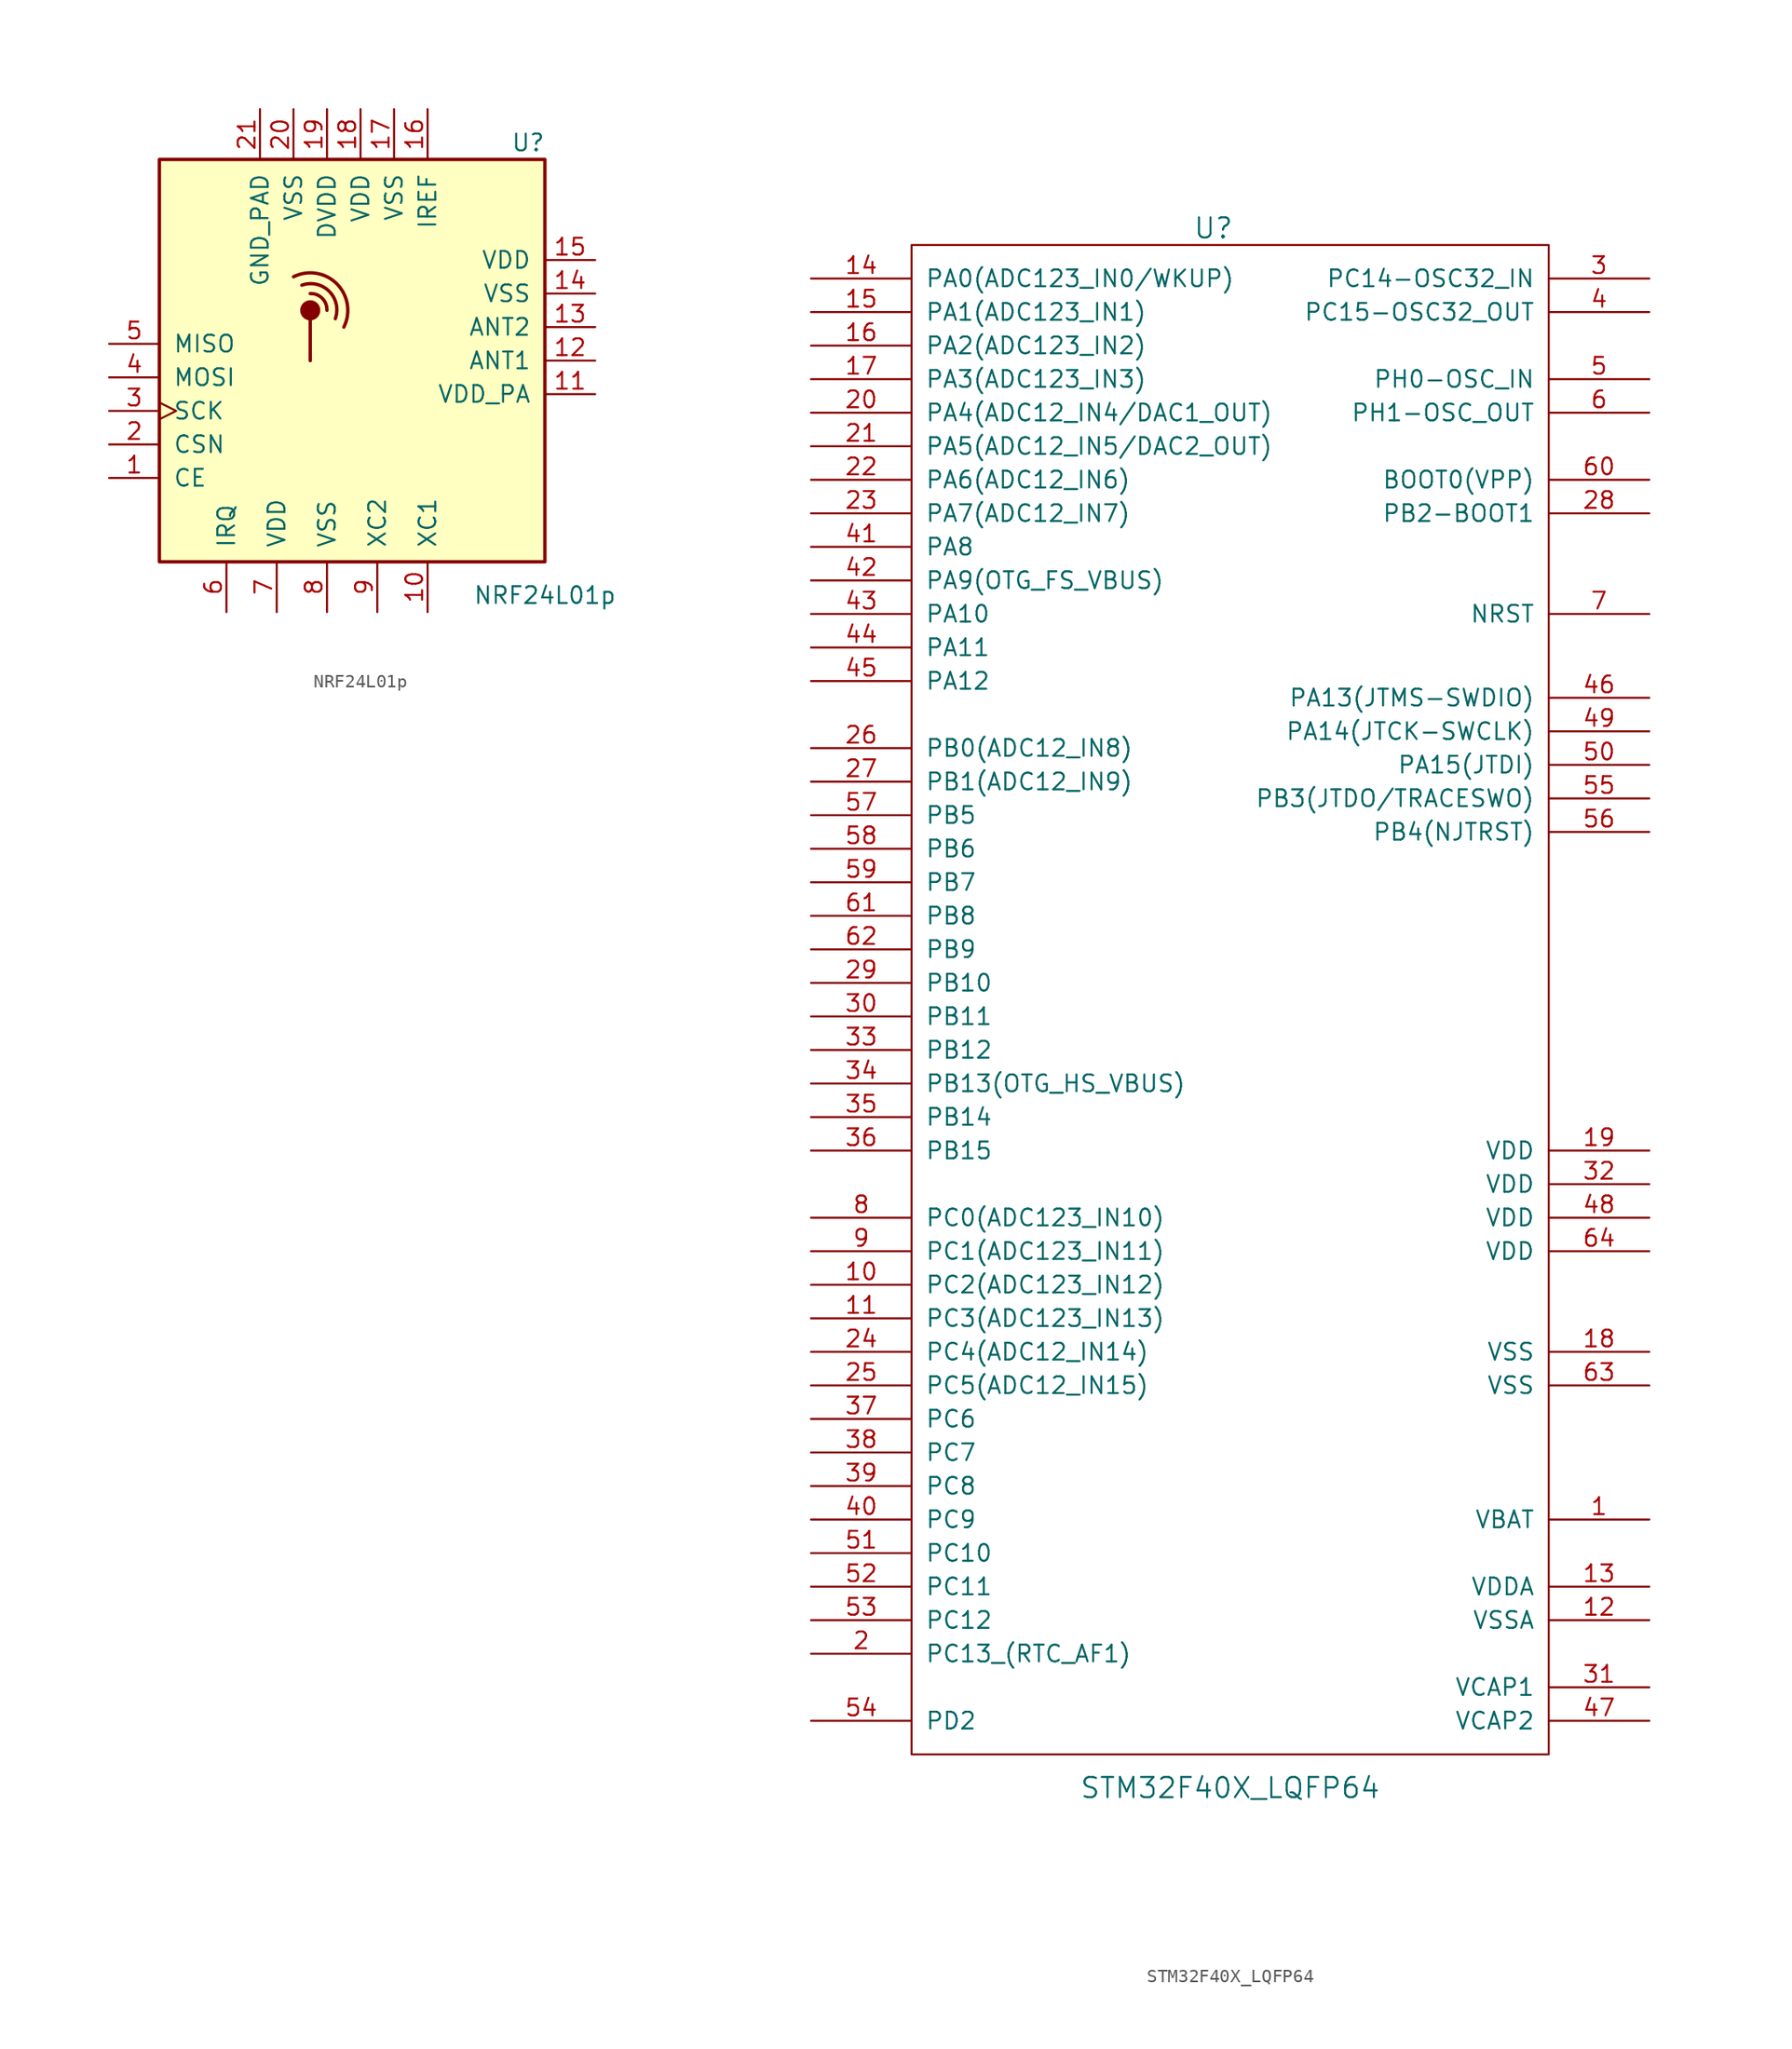
<source format=kicad_sym>
(kicad_symbol_lib
  (version 20231120)
  (generator "kicad_symbol_editor")
  (generator_version "8.0")
  (symbol "NRF24L01p"
    (pin_names
      (offset 1.016))
    (property "Reference" "U"
      (at 15.24 19.05 0)
      (effects (font (size 1.27 1.27))))
    (property "Value" "NRF24L01p"
      (at 16.51 -15.24 0)
      (effects (font (size 1.27 1.27))))
    (symbol "NRF24L01p_1_1"
      (rectangle (start -12.7 17.78) (end 16.51 -12.7) (stroke (width 0.254) (type solid)) (fill (type background)))
      (circle (center -1.27 6.35) (radius 0.635) (stroke (width 0.254) (type solid)) (fill (type outline)))
      (polyline (pts (xy -1.27 5.715) (xy -1.27 2.54)) (stroke (width 0.254) (type solid)) (fill (type none)))
      (arc (start 0 6.35) (mid -0.3629 7.2646) (end -1.27 7.62) (stroke (width 0.254) (type solid)) (fill (type none)))
      (arc (start 0.635 5.715) (mid 0.1613 7.7954) (end -1.905 8.255) (stroke (width 0.254) (type solid)) (fill (type none)))
      (arc (start 1.27 5.08) (mid 0.738 8.358) (end -2.54 8.89) (stroke (width 0.254) (type solid)) (fill (type none)))
      (rectangle (start 10.16 -12.7) (end 10.16 -12.7) (stroke (width 0) (type solid)) (fill (type none)))
      (pin input line (at -16.51 -6.35 0) (length 3.81) (name "CE" (effects (font (size 1.27 1.27)))) (number "1" (effects (font (size 1.27 1.27)))))
      (pin passive line (at 7.62 -16.51 90) (length 3.81) (name "XC1" (effects (font (size 1.27 1.27)))) (number "10" (effects (font (size 1.27 1.27)))))
      (pin power_out line (at 20.32 0 180) (length 3.81) (name "VDD_PA" (effects (font (size 1.27 1.27)))) (number "11" (effects (font (size 1.27 1.27)))))
      (pin passive line (at 20.32 2.54 180) (length 3.81) (name "ANT1" (effects (font (size 1.27 1.27)))) (number "12" (effects (font (size 1.27 1.27)))))
      (pin passive line (at 20.32 5.08 180) (length 3.81) (name "ANT2" (effects (font (size 1.27 1.27)))) (number "13" (effects (font (size 1.27 1.27)))))
      (pin power_in line (at 20.32 7.62 180) (length 3.81) (name "VSS" (effects (font (size 1.27 1.27)))) (number "14" (effects (font (size 1.27 1.27)))))
      (pin power_in line (at 20.32 10.16 180) (length 3.81) (name "VDD" (effects (font (size 1.27 1.27)))) (number "15" (effects (font (size 1.27 1.27)))))
      (pin passive line (at 7.62 21.59 270) (length 3.81) (name "IREF" (effects (font (size 1.27 1.27)))) (number "16" (effects (font (size 1.27 1.27)))))
      (pin power_in line (at 5.08 21.59 270) (length 3.81) (name "VSS" (effects (font (size 1.27 1.27)))) (number "17" (effects (font (size 1.27 1.27)))))
      (pin power_in line (at 2.54 21.59 270) (length 3.81) (name "VDD" (effects (font (size 1.27 1.27)))) (number "18" (effects (font (size 1.27 1.27)))))
      (pin power_out line (at 0 21.59 270) (length 3.81) (name "DVDD" (effects (font (size 1.27 1.27)))) (number "19" (effects (font (size 1.27 1.27)))))
      (pin input line (at -16.51 -3.81 0) (length 3.81) (name "CSN" (effects (font (size 1.27 1.27)))) (number "2" (effects (font (size 1.27 1.27)))))
      (pin power_in line (at -2.54 21.59 270) (length 3.81) (name "VSS" (effects (font (size 1.27 1.27)))) (number "20" (effects (font (size 1.27 1.27)))))
      (pin input line (at -5.08 21.59 270) (length 3.81) (name "GND_PAD" (effects (font (size 1.27 1.27)))) (number "21" (effects (font (size 1.27 1.27)))))
      (pin input clock (at -16.51 -1.27 0) (length 3.81) (name "SCK" (effects (font (size 1.27 1.27)))) (number "3" (effects (font (size 1.27 1.27)))))
      (pin input line (at -16.51 1.27 0) (length 3.81) (name "MOSI" (effects (font (size 1.27 1.27)))) (number "4" (effects (font (size 1.27 1.27)))))
      (pin output line (at -16.51 3.81 0) (length 3.81) (name "MISO" (effects (font (size 1.27 1.27)))) (number "5" (effects (font (size 1.27 1.27)))))
      (pin output line (at -7.62 -16.51 90) (length 3.81) (name "IRQ" (effects (font (size 1.27 1.27)))) (number "6" (effects (font (size 1.27 1.27)))))
      (pin power_in line (at -3.81 -16.51 90) (length 3.81) (name "VDD" (effects (font (size 1.27 1.27)))) (number "7" (effects (font (size 1.27 1.27)))))
      (pin power_in line (at 0 -16.51 90) (length 3.81) (name "VSS" (effects (font (size 1.27 1.27)))) (number "8" (effects (font (size 1.27 1.27)))))
      (pin passive line (at 3.81 -16.51 90) (length 3.81) (name "XC2" (effects (font (size 1.27 1.27)))) (number "9" (effects (font (size 1.27 1.27)))))))
  (symbol "STM32F40X_LQFP64"
    (pin_names
      (offset 1.016))
    (property "Reference" "U"
      (at -1.27 58.42 0)
      (effects (font (size 1.524 1.524))))
    (property "Value" "STM32F40X_LQFP64"
      (at 0 -59.69 0)
      (effects (font (size 1.524 1.524))))
    (property "Footprint" ""
      (at 0 0 0)
      (effects (font (size 1.524 1.524))))
    (property "Datasheet" ""
      (at 0 0 0)
      (effects (font (size 1.524 1.524))))
    (symbol "STM32F40X_LQFP64_0_1"
      (rectangle (start -24.13 57.15) (end 24.13 -57.15) (stroke (width 0) (type solid)) (fill (type none))))
    (symbol "STM32F40X_LQFP64_1_1"
      (pin power_in line (at 31.75 -39.37 180) (length 7.62) (name "VBAT" (effects (font (size 1.27 1.27)))) (number "1" (effects (font (size 1.27 1.27)))))
      (pin bidirectional line (at -31.75 -21.59 0) (length 7.62) (name "PC2(ADC123_IN12)" (effects (font (size 1.27 1.27)))) (number "10" (effects (font (size 1.27 1.27)))))
      (pin bidirectional line (at -31.75 -24.13 0) (length 7.62) (name "PC3(ADC123_IN13)" (effects (font (size 1.27 1.27)))) (number "11" (effects (font (size 1.27 1.27)))))
      (pin power_in line (at 31.75 -46.99 180) (length 7.62) (name "VSSA" (effects (font (size 1.27 1.27)))) (number "12" (effects (font (size 1.27 1.27)))))
      (pin power_in line (at 31.75 -44.45 180) (length 7.62) (name "VDDA" (effects (font (size 1.27 1.27)))) (number "13" (effects (font (size 1.27 1.27)))))
      (pin bidirectional line (at -31.75 54.61 0) (length 7.62) (name "PA0(ADC123_IN0/WKUP)" (effects (font (size 1.27 1.27)))) (number "14" (effects (font (size 1.27 1.27)))))
      (pin bidirectional line (at -31.75 52.07 0) (length 7.62) (name "PA1(ADC123_IN1)" (effects (font (size 1.27 1.27)))) (number "15" (effects (font (size 1.27 1.27)))))
      (pin bidirectional line (at -31.75 49.53 0) (length 7.62) (name "PA2(ADC123_IN2)" (effects (font (size 1.27 1.27)))) (number "16" (effects (font (size 1.27 1.27)))))
      (pin bidirectional line (at -31.75 46.99 0) (length 7.62) (name "PA3(ADC123_IN3)" (effects (font (size 1.27 1.27)))) (number "17" (effects (font (size 1.27 1.27)))))
      (pin power_in line (at 31.75 -26.67 180) (length 7.62) (name "VSS" (effects (font (size 1.27 1.27)))) (number "18" (effects (font (size 1.27 1.27)))))
      (pin power_in line (at 31.75 -11.43 180) (length 7.62) (name "VDD" (effects (font (size 1.27 1.27)))) (number "19" (effects (font (size 1.27 1.27)))))
      (pin bidirectional line (at -31.75 -49.53 0) (length 7.62) (name "PC13_(RTC_AF1)" (effects (font (size 1.27 1.27)))) (number "2" (effects (font (size 1.27 1.27)))))
      (pin bidirectional line (at -31.75 44.45 0) (length 7.62) (name "PA4(ADC12_IN4/DAC1_OUT)" (effects (font (size 1.27 1.27)))) (number "20" (effects (font (size 1.27 1.27)))))
      (pin bidirectional line (at -31.75 41.91 0) (length 7.62) (name "PA5(ADC12_IN5/DAC2_OUT)" (effects (font (size 1.27 1.27)))) (number "21" (effects (font (size 1.27 1.27)))))
      (pin bidirectional line (at -31.75 39.37 0) (length 7.62) (name "PA6(ADC12_IN6)" (effects (font (size 1.27 1.27)))) (number "22" (effects (font (size 1.27 1.27)))))
      (pin bidirectional line (at -31.75 36.83 0) (length 7.62) (name "PA7(ADC12_IN7)" (effects (font (size 1.27 1.27)))) (number "23" (effects (font (size 1.27 1.27)))))
      (pin bidirectional line (at -31.75 -26.67 0) (length 7.62) (name "PC4(ADC12_IN14)" (effects (font (size 1.27 1.27)))) (number "24" (effects (font (size 1.27 1.27)))))
      (pin bidirectional line (at -31.75 -29.21 0) (length 7.62) (name "PC5(ADC12_IN15)" (effects (font (size 1.27 1.27)))) (number "25" (effects (font (size 1.27 1.27)))))
      (pin bidirectional line (at -31.75 19.05 0) (length 7.62) (name "PB0(ADC12_IN8)" (effects (font (size 1.27 1.27)))) (number "26" (effects (font (size 1.27 1.27)))))
      (pin bidirectional line (at -31.75 16.51 0) (length 7.62) (name "PB1(ADC12_IN9)" (effects (font (size 1.27 1.27)))) (number "27" (effects (font (size 1.27 1.27)))))
      (pin bidirectional line (at 31.75 36.83 180) (length 7.62) (name "PB2-BOOT1" (effects (font (size 1.27 1.27)))) (number "28" (effects (font (size 1.27 1.27)))))
      (pin bidirectional line (at -31.75 1.27 0) (length 7.62) (name "PB10" (effects (font (size 1.27 1.27)))) (number "29" (effects (font (size 1.27 1.27)))))
      (pin bidirectional line (at 31.75 54.61 180) (length 7.62) (name "PC14-OSC32_IN" (effects (font (size 1.27 1.27)))) (number "3" (effects (font (size 1.27 1.27)))))
      (pin bidirectional line (at -31.75 -1.27 0) (length 7.62) (name "PB11" (effects (font (size 1.27 1.27)))) (number "30" (effects (font (size 1.27 1.27)))))
      (pin power_out line (at 31.75 -52.07 180) (length 7.62) (name "VCAP1" (effects (font (size 1.27 1.27)))) (number "31" (effects (font (size 1.27 1.27)))))
      (pin power_in line (at 31.75 -13.97 180) (length 7.62) (name "VDD" (effects (font (size 1.27 1.27)))) (number "32" (effects (font (size 1.27 1.27)))))
      (pin bidirectional line (at -31.75 -3.81 0) (length 7.62) (name "PB12" (effects (font (size 1.27 1.27)))) (number "33" (effects (font (size 1.27 1.27)))))
      (pin bidirectional line (at -31.75 -6.35 0) (length 7.62) (name "PB13(OTG_HS_VBUS)" (effects (font (size 1.27 1.27)))) (number "34" (effects (font (size 1.27 1.27)))))
      (pin bidirectional line (at -31.75 -8.89 0) (length 7.62) (name "PB14" (effects (font (size 1.27 1.27)))) (number "35" (effects (font (size 1.27 1.27)))))
      (pin bidirectional line (at -31.75 -11.43 0) (length 7.62) (name "PB15" (effects (font (size 1.27 1.27)))) (number "36" (effects (font (size 1.27 1.27)))))
      (pin bidirectional line (at -31.75 -31.75 0) (length 7.62) (name "PC6" (effects (font (size 1.27 1.27)))) (number "37" (effects (font (size 1.27 1.27)))))
      (pin bidirectional line (at -31.75 -34.29 0) (length 7.62) (name "PC7" (effects (font (size 1.27 1.27)))) (number "38" (effects (font (size 1.27 1.27)))))
      (pin bidirectional line (at -31.75 -36.83 0) (length 7.62) (name "PC8" (effects (font (size 1.27 1.27)))) (number "39" (effects (font (size 1.27 1.27)))))
      (pin power_in line (at 31.75 52.07 180) (length 7.62) (name "PC15-OSC32_OUT" (effects (font (size 1.27 1.27)))) (number "4" (effects (font (size 1.27 1.27)))))
      (pin bidirectional line (at -31.75 -39.37 0) (length 7.62) (name "PC9" (effects (font (size 1.27 1.27)))) (number "40" (effects (font (size 1.27 1.27)))))
      (pin bidirectional line (at -31.75 34.29 0) (length 7.62) (name "PA8" (effects (font (size 1.27 1.27)))) (number "41" (effects (font (size 1.27 1.27)))))
      (pin bidirectional line (at -31.75 31.75 0) (length 7.62) (name "PA9(OTG_FS_VBUS)" (effects (font (size 1.27 1.27)))) (number "42" (effects (font (size 1.27 1.27)))))
      (pin bidirectional line (at -31.75 29.21 0) (length 7.62) (name "PA10" (effects (font (size 1.27 1.27)))) (number "43" (effects (font (size 1.27 1.27)))))
      (pin bidirectional line (at -31.75 26.67 0) (length 7.62) (name "PA11" (effects (font (size 1.27 1.27)))) (number "44" (effects (font (size 1.27 1.27)))))
      (pin bidirectional line (at -31.75 24.13 0) (length 7.62) (name "PA12" (effects (font (size 1.27 1.27)))) (number "45" (effects (font (size 1.27 1.27)))))
      (pin bidirectional line (at 31.75 22.86 180) (length 7.62) (name "PA13(JTMS-SWDIO)" (effects (font (size 1.27 1.27)))) (number "46" (effects (font (size 1.27 1.27)))))
      (pin power_out line (at 31.75 -54.61 180) (length 7.62) (name "VCAP2" (effects (font (size 1.27 1.27)))) (number "47" (effects (font (size 1.27 1.27)))))
      (pin power_in line (at 31.75 -16.51 180) (length 7.62) (name "VDD" (effects (font (size 1.27 1.27)))) (number "48" (effects (font (size 1.27 1.27)))))
      (pin bidirectional line (at 31.75 20.32 180) (length 7.62) (name "PA14(JTCK-SWCLK)" (effects (font (size 1.27 1.27)))) (number "49" (effects (font (size 1.27 1.27)))))
      (pin bidirectional line (at 31.75 46.99 180) (length 7.62) (name "PH0-OSC_IN" (effects (font (size 1.27 1.27)))) (number "5" (effects (font (size 1.27 1.27)))))
      (pin bidirectional line (at 31.75 17.78 180) (length 7.62) (name "PA15(JTDI)" (effects (font (size 1.27 1.27)))) (number "50" (effects (font (size 1.27 1.27)))))
      (pin bidirectional line (at -31.75 -41.91 0) (length 7.62) (name "PC10" (effects (font (size 1.27 1.27)))) (number "51" (effects (font (size 1.27 1.27)))))
      (pin bidirectional line (at -31.75 -44.45 0) (length 7.62) (name "PC11" (effects (font (size 1.27 1.27)))) (number "52" (effects (font (size 1.27 1.27)))))
      (pin bidirectional line (at -31.75 -46.99 0) (length 7.62) (name "PC12" (effects (font (size 1.27 1.27)))) (number "53" (effects (font (size 1.27 1.27)))))
      (pin bidirectional line (at -31.75 -54.61 0) (length 7.62) (name "PD2" (effects (font (size 1.27 1.27)))) (number "54" (effects (font (size 1.27 1.27)))))
      (pin bidirectional line (at 31.75 15.24 180) (length 7.62) (name "PB3(JTDO/TRACESWO)" (effects (font (size 1.27 1.27)))) (number "55" (effects (font (size 1.27 1.27)))))
      (pin bidirectional line (at 31.75 12.7 180) (length 7.62) (name "PB4(NJTRST)" (effects (font (size 1.27 1.27)))) (number "56" (effects (font (size 1.27 1.27)))))
      (pin bidirectional line (at -31.75 13.97 0) (length 7.62) (name "PB5" (effects (font (size 1.27 1.27)))) (number "57" (effects (font (size 1.27 1.27)))))
      (pin bidirectional line (at -31.75 11.43 0) (length 7.62) (name "PB6" (effects (font (size 1.27 1.27)))) (number "58" (effects (font (size 1.27 1.27)))))
      (pin bidirectional line (at -31.75 8.89 0) (length 7.62) (name "PB7" (effects (font (size 1.27 1.27)))) (number "59" (effects (font (size 1.27 1.27)))))
      (pin bidirectional line (at 31.75 44.45 180) (length 7.62) (name "PH1-OSC_OUT" (effects (font (size 1.27 1.27)))) (number "6" (effects (font (size 1.27 1.27)))))
      (pin input line (at 31.75 39.37 180) (length 7.62) (name "BOOT0(VPP)" (effects (font (size 1.27 1.27)))) (number "60" (effects (font (size 1.27 1.27)))))
      (pin bidirectional line (at -31.75 6.35 0) (length 7.62) (name "PB8" (effects (font (size 1.27 1.27)))) (number "61" (effects (font (size 1.27 1.27)))))
      (pin bidirectional line (at -31.75 3.81 0) (length 7.62) (name "PB9" (effects (font (size 1.27 1.27)))) (number "62" (effects (font (size 1.27 1.27)))))
      (pin power_in line (at 31.75 -29.21 180) (length 7.62) (name "VSS" (effects (font (size 1.27 1.27)))) (number "63" (effects (font (size 1.27 1.27)))))
      (pin power_in line (at 31.75 -19.05 180) (length 7.62) (name "VDD" (effects (font (size 1.27 1.27)))) (number "64" (effects (font (size 1.27 1.27)))))
      (pin bidirectional line (at 31.75 29.21 180) (length 7.62) (name "NRST" (effects (font (size 1.27 1.27)))) (number "7" (effects (font (size 1.27 1.27)))))
      (pin bidirectional line (at -31.75 -16.51 0) (length 7.62) (name "PC0(ADC123_IN10)" (effects (font (size 1.27 1.27)))) (number "8" (effects (font (size 1.27 1.27)))))
      (pin bidirectional line (at -31.75 -19.05 0) (length 7.62) (name "PC1(ADC123_IN11)" (effects (font (size 1.27 1.27)))) (number "9" (effects (font (size 1.27 1.27))))))))
</source>
